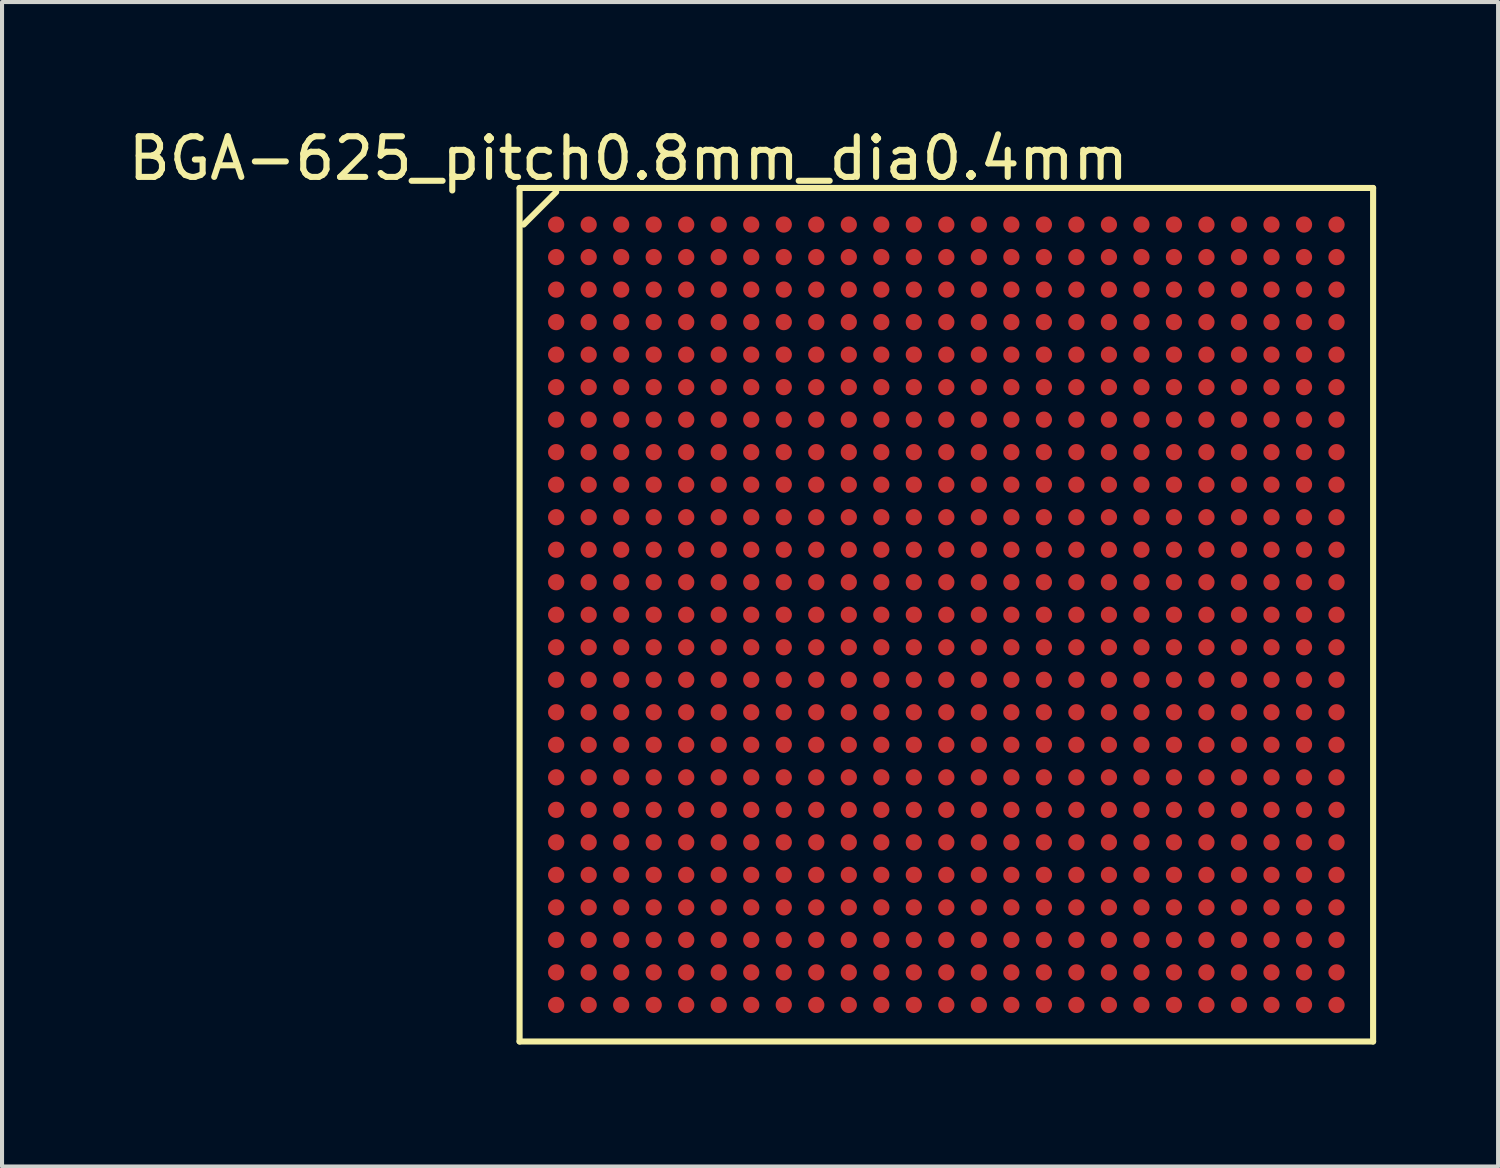
<source format=kicad_pcb>
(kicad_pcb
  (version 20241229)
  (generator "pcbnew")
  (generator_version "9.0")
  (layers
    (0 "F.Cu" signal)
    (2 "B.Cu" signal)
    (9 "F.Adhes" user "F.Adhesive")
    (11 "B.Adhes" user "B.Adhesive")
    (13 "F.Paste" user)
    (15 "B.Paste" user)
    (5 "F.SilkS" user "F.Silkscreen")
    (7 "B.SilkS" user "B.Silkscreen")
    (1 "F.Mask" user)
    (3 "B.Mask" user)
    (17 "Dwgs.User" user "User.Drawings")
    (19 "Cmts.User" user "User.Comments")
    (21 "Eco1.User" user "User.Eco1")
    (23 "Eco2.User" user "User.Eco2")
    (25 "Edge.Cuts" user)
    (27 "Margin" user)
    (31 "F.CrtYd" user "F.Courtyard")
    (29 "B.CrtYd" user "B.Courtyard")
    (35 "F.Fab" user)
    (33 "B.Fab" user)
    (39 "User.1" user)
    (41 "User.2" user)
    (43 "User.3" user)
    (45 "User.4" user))
  (footprint "BGA-625_pitch0.8mm_dia0.4mm"
    (layer "F.Cu")
    (at 20.234 12.075)
    (property "Reference" "BGA-625_pitch0.8mm_dia0.4mm" (at -7.823 -11.227 0) (layer "F.SilkS") (effects (font (size 1 1) (thickness 0.15))))
    (attr smd)
    (fp_line (start -10.5 -10.5) (end 10.5 -10.5) (stroke (width 0.15) (type solid)) (layer "F.SilkS"))
    (fp_line (start -10.5 10.5) (end -10.5 -10.5) (stroke (width 0.15) (type solid)) (layer "F.SilkS"))
    (fp_line (start -9.6 -10.4) (end -10.4 -9.6) (stroke (width 0.15) (type solid)) (layer "F.SilkS"))
    (fp_line (start 10.5 -10.5) (end 10.5 10.5) (stroke (width 0.15) (type solid)) (layer "F.SilkS"))
    (fp_line (start 10.5 10.5) (end -10.5 10.5) (stroke (width 0.15) (type solid)) (layer "F.SilkS"))
    (pad "A1" smd circle (at -9.6 -9.6) (size 0.4 0.4) (layers "F.Cu" "F.Mask" "F.Paste"))
    (pad "A2" smd circle (at -8.8 -9.6) (size 0.4 0.4) (layers "F.Cu" "F.Mask" "F.Paste"))
    (pad "A3" smd circle (at -8 -9.6) (size 0.4 0.4) (layers "F.Cu" "F.Mask" "F.Paste"))
    (pad "A4" smd circle (at -7.2 -9.6) (size 0.4 0.4) (layers "F.Cu" "F.Mask" "F.Paste"))
    (pad "A5" smd circle (at -6.4 -9.6) (size 0.4 0.4) (layers "F.Cu" "F.Mask" "F.Paste"))
    (pad "A6" smd circle (at -5.6 -9.6) (size 0.4 0.4) (layers "F.Cu" "F.Mask" "F.Paste"))
    (pad "A7" smd circle (at -4.8 -9.6) (size 0.4 0.4) (layers "F.Cu" "F.Mask" "F.Paste"))
    (pad "A8" smd circle (at -4 -9.6) (size 0.4 0.4) (layers "F.Cu" "F.Mask" "F.Paste"))
    (pad "A9" smd circle (at -3.2 -9.6) (size 0.4 0.4) (layers "F.Cu" "F.Mask" "F.Paste"))
    (pad "A10" smd circle (at -2.4 -9.6) (size 0.4 0.4) (layers "F.Cu" "F.Mask" "F.Paste"))
    (pad "A11" smd circle (at -1.6 -9.6) (size 0.4 0.4) (layers "F.Cu" "F.Mask" "F.Paste"))
    (pad "A12" smd circle (at -0.8 -9.6) (size 0.4 0.4) (layers "F.Cu" "F.Mask" "F.Paste"))
    (pad "A13" smd circle (at 0 -9.6) (size 0.4 0.4) (layers "F.Cu" "F.Mask" "F.Paste"))
    (pad "A14" smd circle (at 0.8 -9.6) (size 0.4 0.4) (layers "F.Cu" "F.Mask" "F.Paste"))
    (pad "A15" smd circle (at 1.6 -9.6) (size 0.4 0.4) (layers "F.Cu" "F.Mask" "F.Paste"))
    (pad "A16" smd circle (at 2.4 -9.6) (size 0.4 0.4) (layers "F.Cu" "F.Mask" "F.Paste"))
    (pad "A17" smd circle (at 3.2 -9.6) (size 0.4 0.4) (layers "F.Cu" "F.Mask" "F.Paste"))
    (pad "A18" smd circle (at 4 -9.6) (size 0.4 0.4) (layers "F.Cu" "F.Mask" "F.Paste"))
    (pad "A19" smd circle (at 4.8 -9.6) (size 0.4 0.4) (layers "F.Cu" "F.Mask" "F.Paste"))
    (pad "A20" smd circle (at 5.6 -9.6) (size 0.4 0.4) (layers "F.Cu" "F.Mask" "F.Paste"))
    (pad "A21" smd circle (at 6.4 -9.6) (size 0.4 0.4) (layers "F.Cu" "F.Mask" "F.Paste"))
    (pad "A22" smd circle (at 7.2 -9.6) (size 0.4 0.4) (layers "F.Cu" "F.Mask" "F.Paste"))
    (pad "A23" smd circle (at 8 -9.6) (size 0.4 0.4) (layers "F.Cu" "F.Mask" "F.Paste"))
    (pad "A24" smd circle (at 8.8 -9.6) (size 0.4 0.4) (layers "F.Cu" "F.Mask" "F.Paste"))
    (pad "A25" smd circle (at 9.6 -9.6) (size 0.4 0.4) (layers "F.Cu" "F.Mask" "F.Paste"))
    (pad "AA1" smd circle (at -9.6 6.4) (size 0.4 0.4) (layers "F.Cu" "F.Mask" "F.Paste"))
    (pad "AA2" smd circle (at -8.8 6.4) (size 0.4 0.4) (layers "F.Cu" "F.Mask" "F.Paste"))
    (pad "AA3" smd circle (at -8 6.4) (size 0.4 0.4) (layers "F.Cu" "F.Mask" "F.Paste"))
    (pad "AA4" smd circle (at -7.2 6.4) (size 0.4 0.4) (layers "F.Cu" "F.Mask" "F.Paste"))
    (pad "AA5" smd circle (at -6.4 6.4) (size 0.4 0.4) (layers "F.Cu" "F.Mask" "F.Paste"))
    (pad "AA6" smd circle (at -5.6 6.4) (size 0.4 0.4) (layers "F.Cu" "F.Mask" "F.Paste"))
    (pad "AA7" smd circle (at -4.8 6.4) (size 0.4 0.4) (layers "F.Cu" "F.Mask" "F.Paste"))
    (pad "AA8" smd circle (at -4 6.4) (size 0.4 0.4) (layers "F.Cu" "F.Mask" "F.Paste"))
    (pad "AA9" smd circle (at -3.2 6.4) (size 0.4 0.4) (layers "F.Cu" "F.Mask" "F.Paste"))
    (pad "AA10" smd circle (at -2.4 6.4) (size 0.4 0.4) (layers "F.Cu" "F.Mask" "F.Paste"))
    (pad "AA11" smd circle (at -1.6 6.4) (size 0.4 0.4) (layers "F.Cu" "F.Mask" "F.Paste"))
    (pad "AA12" smd circle (at -0.8 6.4) (size 0.4 0.4) (layers "F.Cu" "F.Mask" "F.Paste"))
    (pad "AA13" smd circle (at 0 6.4) (size 0.4 0.4) (layers "F.Cu" "F.Mask" "F.Paste"))
    (pad "AA14" smd circle (at 0.8 6.4) (size 0.4 0.4) (layers "F.Cu" "F.Mask" "F.Paste"))
    (pad "AA15" smd circle (at 1.6 6.4) (size 0.4 0.4) (layers "F.Cu" "F.Mask" "F.Paste"))
    (pad "AA16" smd circle (at 2.4 6.4) (size 0.4 0.4) (layers "F.Cu" "F.Mask" "F.Paste"))
    (pad "AA17" smd circle (at 3.2 6.4) (size 0.4 0.4) (layers "F.Cu" "F.Mask" "F.Paste"))
    (pad "AA18" smd circle (at 4 6.4) (size 0.4 0.4) (layers "F.Cu" "F.Mask" "F.Paste"))
    (pad "AA19" smd circle (at 4.8 6.4) (size 0.4 0.4) (layers "F.Cu" "F.Mask" "F.Paste"))
    (pad "AA20" smd circle (at 5.6 6.4) (size 0.4 0.4) (layers "F.Cu" "F.Mask" "F.Paste"))
    (pad "AA21" smd circle (at 6.4 6.4) (size 0.4 0.4) (layers "F.Cu" "F.Mask" "F.Paste"))
    (pad "AA22" smd circle (at 7.2 6.4) (size 0.4 0.4) (layers "F.Cu" "F.Mask" "F.Paste"))
    (pad "AA23" smd circle (at 8 6.4) (size 0.4 0.4) (layers "F.Cu" "F.Mask" "F.Paste"))
    (pad "AA24" smd circle (at 8.8 6.4) (size 0.4 0.4) (layers "F.Cu" "F.Mask" "F.Paste"))
    (pad "AA25" smd circle (at 9.6 6.4) (size 0.4 0.4) (layers "F.Cu" "F.Mask" "F.Paste"))
    (pad "AB1" smd circle (at -9.6 7.2) (size 0.4 0.4) (layers "F.Cu" "F.Mask" "F.Paste"))
    (pad "AB2" smd circle (at -8.8 7.2) (size 0.4 0.4) (layers "F.Cu" "F.Mask" "F.Paste"))
    (pad "AB3" smd circle (at -8 7.2) (size 0.4 0.4) (layers "F.Cu" "F.Mask" "F.Paste"))
    (pad "AB4" smd circle (at -7.2 7.2) (size 0.4 0.4) (layers "F.Cu" "F.Mask" "F.Paste"))
    (pad "AB5" smd circle (at -6.4 7.2) (size 0.4 0.4) (layers "F.Cu" "F.Mask" "F.Paste"))
    (pad "AB6" smd circle (at -5.6 7.2) (size 0.4 0.4) (layers "F.Cu" "F.Mask" "F.Paste"))
    (pad "AB7" smd circle (at -4.8 7.2) (size 0.4 0.4) (layers "F.Cu" "F.Mask" "F.Paste"))
    (pad "AB8" smd circle (at -4 7.2) (size 0.4 0.4) (layers "F.Cu" "F.Mask" "F.Paste"))
    (pad "AB9" smd circle (at -3.2 7.2) (size 0.4 0.4) (layers "F.Cu" "F.Mask" "F.Paste"))
    (pad "AB10" smd circle (at -2.4 7.2) (size 0.4 0.4) (layers "F.Cu" "F.Mask" "F.Paste"))
    (pad "AB11" smd circle (at -1.6 7.2) (size 0.4 0.4) (layers "F.Cu" "F.Mask" "F.Paste"))
    (pad "AB12" smd circle (at -0.8 7.2) (size 0.4 0.4) (layers "F.Cu" "F.Mask" "F.Paste"))
    (pad "AB13" smd circle (at 0 7.2) (size 0.4 0.4) (layers "F.Cu" "F.Mask" "F.Paste"))
    (pad "AB14" smd circle (at 0.8 7.2) (size 0.4 0.4) (layers "F.Cu" "F.Mask" "F.Paste"))
    (pad "AB15" smd circle (at 1.6 7.2) (size 0.4 0.4) (layers "F.Cu" "F.Mask" "F.Paste"))
    (pad "AB16" smd circle (at 2.4 7.2) (size 0.4 0.4) (layers "F.Cu" "F.Mask" "F.Paste"))
    (pad "AB17" smd circle (at 3.2 7.2) (size 0.4 0.4) (layers "F.Cu" "F.Mask" "F.Paste"))
    (pad "AB18" smd circle (at 4 7.2) (size 0.4 0.4) (layers "F.Cu" "F.Mask" "F.Paste"))
    (pad "AB19" smd circle (at 4.8 7.2) (size 0.4 0.4) (layers "F.Cu" "F.Mask" "F.Paste"))
    (pad "AB20" smd circle (at 5.6 7.2) (size 0.4 0.4) (layers "F.Cu" "F.Mask" "F.Paste"))
    (pad "AB21" smd circle (at 6.4 7.2) (size 0.4 0.4) (layers "F.Cu" "F.Mask" "F.Paste"))
    (pad "AB22" smd circle (at 7.2 7.2) (size 0.4 0.4) (layers "F.Cu" "F.Mask" "F.Paste"))
    (pad "AB23" smd circle (at 8 7.2) (size 0.4 0.4) (layers "F.Cu" "F.Mask" "F.Paste"))
    (pad "AB24" smd circle (at 8.8 7.2) (size 0.4 0.4) (layers "F.Cu" "F.Mask" "F.Paste"))
    (pad "AB25" smd circle (at 9.6 7.2) (size 0.4 0.4) (layers "F.Cu" "F.Mask" "F.Paste"))
    (pad "AC1" smd circle (at -9.6 8) (size 0.4 0.4) (layers "F.Cu" "F.Mask" "F.Paste"))
    (pad "AC2" smd circle (at -8.8 8) (size 0.4 0.4) (layers "F.Cu" "F.Mask" "F.Paste"))
    (pad "AC3" smd circle (at -8 8) (size 0.4 0.4) (layers "F.Cu" "F.Mask" "F.Paste"))
    (pad "AC4" smd circle (at -7.2 8) (size 0.4 0.4) (layers "F.Cu" "F.Mask" "F.Paste"))
    (pad "AC5" smd circle (at -6.4 8) (size 0.4 0.4) (layers "F.Cu" "F.Mask" "F.Paste"))
    (pad "AC6" smd circle (at -5.6 8) (size 0.4 0.4) (layers "F.Cu" "F.Mask" "F.Paste"))
    (pad "AC7" smd circle (at -4.8 8) (size 0.4 0.4) (layers "F.Cu" "F.Mask" "F.Paste"))
    (pad "AC8" smd circle (at -4 8) (size 0.4 0.4) (layers "F.Cu" "F.Mask" "F.Paste"))
    (pad "AC9" smd circle (at -3.2 8) (size 0.4 0.4) (layers "F.Cu" "F.Mask" "F.Paste"))
    (pad "AC10" smd circle (at -2.4 8) (size 0.4 0.4) (layers "F.Cu" "F.Mask" "F.Paste"))
    (pad "AC11" smd circle (at -1.6 8) (size 0.4 0.4) (layers "F.Cu" "F.Mask" "F.Paste"))
    (pad "AC12" smd circle (at -0.8 8) (size 0.4 0.4) (layers "F.Cu" "F.Mask" "F.Paste"))
    (pad "AC13" smd circle (at 0 8) (size 0.4 0.4) (layers "F.Cu" "F.Mask" "F.Paste"))
    (pad "AC14" smd circle (at 0.8 8) (size 0.4 0.4) (layers "F.Cu" "F.Mask" "F.Paste"))
    (pad "AC15" smd circle (at 1.6 8) (size 0.4 0.4) (layers "F.Cu" "F.Mask" "F.Paste"))
    (pad "AC16" smd circle (at 2.4 8) (size 0.4 0.4) (layers "F.Cu" "F.Mask" "F.Paste"))
    (pad "AC17" smd circle (at 3.2 8) (size 0.4 0.4) (layers "F.Cu" "F.Mask" "F.Paste"))
    (pad "AC18" smd circle (at 4 8) (size 0.4 0.4) (layers "F.Cu" "F.Mask" "F.Paste"))
    (pad "AC19" smd circle (at 4.8 8) (size 0.4 0.4) (layers "F.Cu" "F.Mask" "F.Paste"))
    (pad "AC20" smd circle (at 5.6 8) (size 0.4 0.4) (layers "F.Cu" "F.Mask" "F.Paste"))
    (pad "AC21" smd circle (at 6.4 8) (size 0.4 0.4) (layers "F.Cu" "F.Mask" "F.Paste"))
    (pad "AC22" smd circle (at 7.2 8) (size 0.4 0.4) (layers "F.Cu" "F.Mask" "F.Paste"))
    (pad "AC23" smd circle (at 8 8) (size 0.4 0.4) (layers "F.Cu" "F.Mask" "F.Paste"))
    (pad "AC24" smd circle (at 8.8 8) (size 0.4 0.4) (layers "F.Cu" "F.Mask" "F.Paste"))
    (pad "AC25" smd circle (at 9.6 8) (size 0.4 0.4) (layers "F.Cu" "F.Mask" "F.Paste"))
    (pad "AD1" smd circle (at -9.6 8.8) (size 0.4 0.4) (layers "F.Cu" "F.Mask" "F.Paste"))
    (pad "AD2" smd circle (at -8.8 8.8) (size 0.4 0.4) (layers "F.Cu" "F.Mask" "F.Paste"))
    (pad "AD3" smd circle (at -8 8.8) (size 0.4 0.4) (layers "F.Cu" "F.Mask" "F.Paste"))
    (pad "AD4" smd circle (at -7.2 8.8) (size 0.4 0.4) (layers "F.Cu" "F.Mask" "F.Paste"))
    (pad "AD5" smd circle (at -6.4 8.8) (size 0.4 0.4) (layers "F.Cu" "F.Mask" "F.Paste"))
    (pad "AD6" smd circle (at -5.6 8.8) (size 0.4 0.4) (layers "F.Cu" "F.Mask" "F.Paste"))
    (pad "AD7" smd circle (at -4.8 8.8) (size 0.4 0.4) (layers "F.Cu" "F.Mask" "F.Paste"))
    (pad "AD8" smd circle (at -4 8.8) (size 0.4 0.4) (layers "F.Cu" "F.Mask" "F.Paste"))
    (pad "AD9" smd circle (at -3.2 8.8) (size 0.4 0.4) (layers "F.Cu" "F.Mask" "F.Paste"))
    (pad "AD10" smd circle (at -2.4 8.8) (size 0.4 0.4) (layers "F.Cu" "F.Mask" "F.Paste"))
    (pad "AD11" smd circle (at -1.6 8.8) (size 0.4 0.4) (layers "F.Cu" "F.Mask" "F.Paste"))
    (pad "AD12" smd circle (at -0.8 8.8) (size 0.4 0.4) (layers "F.Cu" "F.Mask" "F.Paste"))
    (pad "AD13" smd circle (at 0 8.8) (size 0.4 0.4) (layers "F.Cu" "F.Mask" "F.Paste"))
    (pad "AD14" smd circle (at 0.8 8.8) (size 0.4 0.4) (layers "F.Cu" "F.Mask" "F.Paste"))
    (pad "AD15" smd circle (at 1.6 8.8) (size 0.4 0.4) (layers "F.Cu" "F.Mask" "F.Paste"))
    (pad "AD16" smd circle (at 2.4 8.8) (size 0.4 0.4) (layers "F.Cu" "F.Mask" "F.Paste"))
    (pad "AD17" smd circle (at 3.2 8.8) (size 0.4 0.4) (layers "F.Cu" "F.Mask" "F.Paste"))
    (pad "AD18" smd circle (at 4 8.8) (size 0.4 0.4) (layers "F.Cu" "F.Mask" "F.Paste"))
    (pad "AD19" smd circle (at 4.8 8.8) (size 0.4 0.4) (layers "F.Cu" "F.Mask" "F.Paste"))
    (pad "AD20" smd circle (at 5.6 8.8) (size 0.4 0.4) (layers "F.Cu" "F.Mask" "F.Paste"))
    (pad "AD21" smd circle (at 6.4 8.8) (size 0.4 0.4) (layers "F.Cu" "F.Mask" "F.Paste"))
    (pad "AD22" smd circle (at 7.2 8.8) (size 0.4 0.4) (layers "F.Cu" "F.Mask" "F.Paste"))
    (pad "AD23" smd circle (at 8 8.8) (size 0.4 0.4) (layers "F.Cu" "F.Mask" "F.Paste"))
    (pad "AD24" smd circle (at 8.8 8.8) (size 0.4 0.4) (layers "F.Cu" "F.Mask" "F.Paste"))
    (pad "AD25" smd circle (at 9.6 8.8) (size 0.4 0.4) (layers "F.Cu" "F.Mask" "F.Paste"))
    (pad "AE1" smd circle (at -9.6 9.6) (size 0.4 0.4) (layers "F.Cu" "F.Mask" "F.Paste"))
    (pad "AE2" smd circle (at -8.8 9.6) (size 0.4 0.4) (layers "F.Cu" "F.Mask" "F.Paste"))
    (pad "AE3" smd circle (at -8 9.6) (size 0.4 0.4) (layers "F.Cu" "F.Mask" "F.Paste"))
    (pad "AE4" smd circle (at -7.2 9.6) (size 0.4 0.4) (layers "F.Cu" "F.Mask" "F.Paste"))
    (pad "AE5" smd circle (at -6.4 9.6) (size 0.4 0.4) (layers "F.Cu" "F.Mask" "F.Paste"))
    (pad "AE6" smd circle (at -5.6 9.6) (size 0.4 0.4) (layers "F.Cu" "F.Mask" "F.Paste"))
    (pad "AE7" smd circle (at -4.8 9.6) (size 0.4 0.4) (layers "F.Cu" "F.Mask" "F.Paste"))
    (pad "AE8" smd circle (at -4 9.6) (size 0.4 0.4) (layers "F.Cu" "F.Mask" "F.Paste"))
    (pad "AE9" smd circle (at -3.2 9.6) (size 0.4 0.4) (layers "F.Cu" "F.Mask" "F.Paste"))
    (pad "AE10" smd circle (at -2.4 9.6) (size 0.4 0.4) (layers "F.Cu" "F.Mask" "F.Paste"))
    (pad "AE11" smd circle (at -1.6 9.6) (size 0.4 0.4) (layers "F.Cu" "F.Mask" "F.Paste"))
    (pad "AE12" smd circle (at -0.8 9.6) (size 0.4 0.4) (layers "F.Cu" "F.Mask" "F.Paste"))
    (pad "AE13" smd circle (at 0 9.6) (size 0.4 0.4) (layers "F.Cu" "F.Mask" "F.Paste"))
    (pad "AE14" smd circle (at 0.8 9.6) (size 0.4 0.4) (layers "F.Cu" "F.Mask" "F.Paste"))
    (pad "AE15" smd circle (at 1.6 9.6) (size 0.4 0.4) (layers "F.Cu" "F.Mask" "F.Paste"))
    (pad "AE16" smd circle (at 2.4 9.6) (size 0.4 0.4) (layers "F.Cu" "F.Mask" "F.Paste"))
    (pad "AE17" smd circle (at 3.2 9.6) (size 0.4 0.4) (layers "F.Cu" "F.Mask" "F.Paste"))
    (pad "AE18" smd circle (at 4 9.6) (size 0.4 0.4) (layers "F.Cu" "F.Mask" "F.Paste"))
    (pad "AE19" smd circle (at 4.8 9.6) (size 0.4 0.4) (layers "F.Cu" "F.Mask" "F.Paste"))
    (pad "AE20" smd circle (at 5.6 9.6) (size 0.4 0.4) (layers "F.Cu" "F.Mask" "F.Paste"))
    (pad "AE21" smd circle (at 6.4 9.6) (size 0.4 0.4) (layers "F.Cu" "F.Mask" "F.Paste"))
    (pad "AE22" smd circle (at 7.2 9.6) (size 0.4 0.4) (layers "F.Cu" "F.Mask" "F.Paste"))
    (pad "AE23" smd circle (at 8 9.6) (size 0.4 0.4) (layers "F.Cu" "F.Mask" "F.Paste"))
    (pad "AE24" smd circle (at 8.8 9.6) (size 0.4 0.4) (layers "F.Cu" "F.Mask" "F.Paste"))
    (pad "AE25" smd circle (at 9.6 9.6) (size 0.4 0.4) (layers "F.Cu" "F.Mask" "F.Paste"))
    (pad "B1" smd circle (at -9.6 -8.8) (size 0.4 0.4) (layers "F.Cu" "F.Mask" "F.Paste"))
    (pad "B2" smd circle (at -8.8 -8.8) (size 0.4 0.4) (layers "F.Cu" "F.Mask" "F.Paste"))
    (pad "B3" smd circle (at -8 -8.8) (size 0.4 0.4) (layers "F.Cu" "F.Mask" "F.Paste"))
    (pad "B4" smd circle (at -7.2 -8.8) (size 0.4 0.4) (layers "F.Cu" "F.Mask" "F.Paste"))
    (pad "B5" smd circle (at -6.4 -8.8) (size 0.4 0.4) (layers "F.Cu" "F.Mask" "F.Paste"))
    (pad "B6" smd circle (at -5.6 -8.8) (size 0.4 0.4) (layers "F.Cu" "F.Mask" "F.Paste"))
    (pad "B7" smd circle (at -4.8 -8.8) (size 0.4 0.4) (layers "F.Cu" "F.Mask" "F.Paste"))
    (pad "B8" smd circle (at -4 -8.8) (size 0.4 0.4) (layers "F.Cu" "F.Mask" "F.Paste"))
    (pad "B9" smd circle (at -3.2 -8.8) (size 0.4 0.4) (layers "F.Cu" "F.Mask" "F.Paste"))
    (pad "B10" smd circle (at -2.4 -8.8) (size 0.4 0.4) (layers "F.Cu" "F.Mask" "F.Paste"))
    (pad "B11" smd circle (at -1.6 -8.8) (size 0.4 0.4) (layers "F.Cu" "F.Mask" "F.Paste"))
    (pad "B12" smd circle (at -0.8 -8.8) (size 0.4 0.4) (layers "F.Cu" "F.Mask" "F.Paste"))
    (pad "B13" smd circle (at 0 -8.8) (size 0.4 0.4) (layers "F.Cu" "F.Mask" "F.Paste"))
    (pad "B14" smd circle (at 0.8 -8.8) (size 0.4 0.4) (layers "F.Cu" "F.Mask" "F.Paste"))
    (pad "B15" smd circle (at 1.6 -8.8) (size 0.4 0.4) (layers "F.Cu" "F.Mask" "F.Paste"))
    (pad "B16" smd circle (at 2.4 -8.8) (size 0.4 0.4) (layers "F.Cu" "F.Mask" "F.Paste"))
    (pad "B17" smd circle (at 3.2 -8.8) (size 0.4 0.4) (layers "F.Cu" "F.Mask" "F.Paste"))
    (pad "B18" smd circle (at 4 -8.8) (size 0.4 0.4) (layers "F.Cu" "F.Mask" "F.Paste"))
    (pad "B19" smd circle (at 4.8 -8.8) (size 0.4 0.4) (layers "F.Cu" "F.Mask" "F.Paste"))
    (pad "B20" smd circle (at 5.6 -8.8) (size 0.4 0.4) (layers "F.Cu" "F.Mask" "F.Paste"))
    (pad "B21" smd circle (at 6.4 -8.8) (size 0.4 0.4) (layers "F.Cu" "F.Mask" "F.Paste"))
    (pad "B22" smd circle (at 7.2 -8.8) (size 0.4 0.4) (layers "F.Cu" "F.Mask" "F.Paste"))
    (pad "B23" smd circle (at 8 -8.8) (size 0.4 0.4) (layers "F.Cu" "F.Mask" "F.Paste"))
    (pad "B24" smd circle (at 8.8 -8.8) (size 0.4 0.4) (layers "F.Cu" "F.Mask" "F.Paste"))
    (pad "B25" smd circle (at 9.6 -8.8) (size 0.4 0.4) (layers "F.Cu" "F.Mask" "F.Paste"))
    (pad "C1" smd circle (at -9.6 -8) (size 0.4 0.4) (layers "F.Cu" "F.Mask" "F.Paste"))
    (pad "C2" smd circle (at -8.8 -8) (size 0.4 0.4) (layers "F.Cu" "F.Mask" "F.Paste"))
    (pad "C3" smd circle (at -8 -8) (size 0.4 0.4) (layers "F.Cu" "F.Mask" "F.Paste"))
    (pad "C4" smd circle (at -7.2 -8) (size 0.4 0.4) (layers "F.Cu" "F.Mask" "F.Paste"))
    (pad "C5" smd circle (at -6.4 -8) (size 0.4 0.4) (layers "F.Cu" "F.Mask" "F.Paste"))
    (pad "C6" smd circle (at -5.6 -8) (size 0.4 0.4) (layers "F.Cu" "F.Mask" "F.Paste"))
    (pad "C7" smd circle (at -4.8 -8) (size 0.4 0.4) (layers "F.Cu" "F.Mask" "F.Paste"))
    (pad "C8" smd circle (at -4 -8) (size 0.4 0.4) (layers "F.Cu" "F.Mask" "F.Paste"))
    (pad "C9" smd circle (at -3.2 -8) (size 0.4 0.4) (layers "F.Cu" "F.Mask" "F.Paste"))
    (pad "C10" smd circle (at -2.4 -8) (size 0.4 0.4) (layers "F.Cu" "F.Mask" "F.Paste"))
    (pad "C11" smd circle (at -1.6 -8) (size 0.4 0.4) (layers "F.Cu" "F.Mask" "F.Paste"))
    (pad "C12" smd circle (at -0.8 -8) (size 0.4 0.4) (layers "F.Cu" "F.Mask" "F.Paste"))
    (pad "C13" smd circle (at 0 -8) (size 0.4 0.4) (layers "F.Cu" "F.Mask" "F.Paste"))
    (pad "C14" smd circle (at 0.8 -8) (size 0.4 0.4) (layers "F.Cu" "F.Mask" "F.Paste"))
    (pad "C15" smd circle (at 1.6 -8) (size 0.4 0.4) (layers "F.Cu" "F.Mask" "F.Paste"))
    (pad "C16" smd circle (at 2.4 -8) (size 0.4 0.4) (layers "F.Cu" "F.Mask" "F.Paste"))
    (pad "C17" smd circle (at 3.2 -8) (size 0.4 0.4) (layers "F.Cu" "F.Mask" "F.Paste"))
    (pad "C18" smd circle (at 4 -8) (size 0.4 0.4) (layers "F.Cu" "F.Mask" "F.Paste"))
    (pad "C19" smd circle (at 4.8 -8) (size 0.4 0.4) (layers "F.Cu" "F.Mask" "F.Paste"))
    (pad "C20" smd circle (at 5.6 -8) (size 0.4 0.4) (layers "F.Cu" "F.Mask" "F.Paste"))
    (pad "C21" smd circle (at 6.4 -8) (size 0.4 0.4) (layers "F.Cu" "F.Mask" "F.Paste"))
    (pad "C22" smd circle (at 7.2 -8) (size 0.4 0.4) (layers "F.Cu" "F.Mask" "F.Paste"))
    (pad "C23" smd circle (at 8 -8) (size 0.4 0.4) (layers "F.Cu" "F.Mask" "F.Paste"))
    (pad "C24" smd circle (at 8.8 -8) (size 0.4 0.4) (layers "F.Cu" "F.Mask" "F.Paste"))
    (pad "C25" smd circle (at 9.6 -8) (size 0.4 0.4) (layers "F.Cu" "F.Mask" "F.Paste"))
    (pad "D1" smd circle (at -9.6 -7.2) (size 0.4 0.4) (layers "F.Cu" "F.Mask" "F.Paste"))
    (pad "D2" smd circle (at -8.8 -7.2) (size 0.4 0.4) (layers "F.Cu" "F.Mask" "F.Paste"))
    (pad "D3" smd circle (at -8 -7.2) (size 0.4 0.4) (layers "F.Cu" "F.Mask" "F.Paste"))
    (pad "D4" smd circle (at -7.2 -7.2) (size 0.4 0.4) (layers "F.Cu" "F.Mask" "F.Paste"))
    (pad "D5" smd circle (at -6.4 -7.2) (size 0.4 0.4) (layers "F.Cu" "F.Mask" "F.Paste"))
    (pad "D6" smd circle (at -5.6 -7.2) (size 0.4 0.4) (layers "F.Cu" "F.Mask" "F.Paste"))
    (pad "D7" smd circle (at -4.8 -7.2) (size 0.4 0.4) (layers "F.Cu" "F.Mask" "F.Paste"))
    (pad "D8" smd circle (at -4 -7.2) (size 0.4 0.4) (layers "F.Cu" "F.Mask" "F.Paste"))
    (pad "D9" smd circle (at -3.2 -7.2) (size 0.4 0.4) (layers "F.Cu" "F.Mask" "F.Paste"))
    (pad "D10" smd circle (at -2.4 -7.2) (size 0.4 0.4) (layers "F.Cu" "F.Mask" "F.Paste"))
    (pad "D11" smd circle (at -1.6 -7.2) (size 0.4 0.4) (layers "F.Cu" "F.Mask" "F.Paste"))
    (pad "D12" smd circle (at -0.8 -7.2) (size 0.4 0.4) (layers "F.Cu" "F.Mask" "F.Paste"))
    (pad "D13" smd circle (at 0 -7.2) (size 0.4 0.4) (layers "F.Cu" "F.Mask" "F.Paste"))
    (pad "D14" smd circle (at 0.8 -7.2) (size 0.4 0.4) (layers "F.Cu" "F.Mask" "F.Paste"))
    (pad "D15" smd circle (at 1.6 -7.2) (size 0.4 0.4) (layers "F.Cu" "F.Mask" "F.Paste"))
    (pad "D16" smd circle (at 2.4 -7.2) (size 0.4 0.4) (layers "F.Cu" "F.Mask" "F.Paste"))
    (pad "D17" smd circle (at 3.2 -7.2) (size 0.4 0.4) (layers "F.Cu" "F.Mask" "F.Paste"))
    (pad "D18" smd circle (at 4 -7.2) (size 0.4 0.4) (layers "F.Cu" "F.Mask" "F.Paste"))
    (pad "D19" smd circle (at 4.8 -7.2) (size 0.4 0.4) (layers "F.Cu" "F.Mask" "F.Paste"))
    (pad "D20" smd circle (at 5.6 -7.2) (size 0.4 0.4) (layers "F.Cu" "F.Mask" "F.Paste"))
    (pad "D21" smd circle (at 6.4 -7.2) (size 0.4 0.4) (layers "F.Cu" "F.Mask" "F.Paste"))
    (pad "D22" smd circle (at 7.2 -7.2) (size 0.4 0.4) (layers "F.Cu" "F.Mask" "F.Paste"))
    (pad "D23" smd circle (at 8 -7.2) (size 0.4 0.4) (layers "F.Cu" "F.Mask" "F.Paste"))
    (pad "D24" smd circle (at 8.8 -7.2) (size 0.4 0.4) (layers "F.Cu" "F.Mask" "F.Paste"))
    (pad "D25" smd circle (at 9.6 -7.2) (size 0.4 0.4) (layers "F.Cu" "F.Mask" "F.Paste"))
    (pad "E1" smd circle (at -9.6 -6.4) (size 0.4 0.4) (layers "F.Cu" "F.Mask" "F.Paste"))
    (pad "E2" smd circle (at -8.8 -6.4) (size 0.4 0.4) (layers "F.Cu" "F.Mask" "F.Paste"))
    (pad "E3" smd circle (at -8 -6.4) (size 0.4 0.4) (layers "F.Cu" "F.Mask" "F.Paste"))
    (pad "E4" smd circle (at -7.2 -6.4) (size 0.4 0.4) (layers "F.Cu" "F.Mask" "F.Paste"))
    (pad "E5" smd circle (at -6.4 -6.4) (size 0.4 0.4) (layers "F.Cu" "F.Mask" "F.Paste"))
    (pad "E6" smd circle (at -5.6 -6.4) (size 0.4 0.4) (layers "F.Cu" "F.Mask" "F.Paste"))
    (pad "E7" smd circle (at -4.8 -6.4) (size 0.4 0.4) (layers "F.Cu" "F.Mask" "F.Paste"))
    (pad "E8" smd circle (at -4 -6.4) (size 0.4 0.4) (layers "F.Cu" "F.Mask" "F.Paste"))
    (pad "E9" smd circle (at -3.2 -6.4) (size 0.4 0.4) (layers "F.Cu" "F.Mask" "F.Paste"))
    (pad "E10" smd circle (at -2.4 -6.4) (size 0.4 0.4) (layers "F.Cu" "F.Mask" "F.Paste"))
    (pad "E11" smd circle (at -1.6 -6.4) (size 0.4 0.4) (layers "F.Cu" "F.Mask" "F.Paste"))
    (pad "E12" smd circle (at -0.8 -6.4) (size 0.4 0.4) (layers "F.Cu" "F.Mask" "F.Paste"))
    (pad "E13" smd circle (at 0 -6.4) (size 0.4 0.4) (layers "F.Cu" "F.Mask" "F.Paste"))
    (pad "E14" smd circle (at 0.8 -6.4) (size 0.4 0.4) (layers "F.Cu" "F.Mask" "F.Paste"))
    (pad "E15" smd circle (at 1.6 -6.4) (size 0.4 0.4) (layers "F.Cu" "F.Mask" "F.Paste"))
    (pad "E16" smd circle (at 2.4 -6.4) (size 0.4 0.4) (layers "F.Cu" "F.Mask" "F.Paste"))
    (pad "E17" smd circle (at 3.2 -6.4) (size 0.4 0.4) (layers "F.Cu" "F.Mask" "F.Paste"))
    (pad "E18" smd circle (at 4 -6.4) (size 0.4 0.4) (layers "F.Cu" "F.Mask" "F.Paste"))
    (pad "E19" smd circle (at 4.8 -6.4) (size 0.4 0.4) (layers "F.Cu" "F.Mask" "F.Paste"))
    (pad "E20" smd circle (at 5.6 -6.4) (size 0.4 0.4) (layers "F.Cu" "F.Mask" "F.Paste"))
    (pad "E21" smd circle (at 6.4 -6.4) (size 0.4 0.4) (layers "F.Cu" "F.Mask" "F.Paste"))
    (pad "E22" smd circle (at 7.2 -6.4) (size 0.4 0.4) (layers "F.Cu" "F.Mask" "F.Paste"))
    (pad "E23" smd circle (at 8 -6.4) (size 0.4 0.4) (layers "F.Cu" "F.Mask" "F.Paste"))
    (pad "E24" smd circle (at 8.8 -6.4) (size 0.4 0.4) (layers "F.Cu" "F.Mask" "F.Paste"))
    (pad "E25" smd circle (at 9.6 -6.4) (size 0.4 0.4) (layers "F.Cu" "F.Mask" "F.Paste"))
    (pad "F1" smd circle (at -9.6 -5.6) (size 0.4 0.4) (layers "F.Cu" "F.Mask" "F.Paste"))
    (pad "F2" smd circle (at -8.8 -5.6) (size 0.4 0.4) (layers "F.Cu" "F.Mask" "F.Paste"))
    (pad "F3" smd circle (at -8 -5.6) (size 0.4 0.4) (layers "F.Cu" "F.Mask" "F.Paste"))
    (pad "F4" smd circle (at -7.2 -5.6) (size 0.4 0.4) (layers "F.Cu" "F.Mask" "F.Paste"))
    (pad "F5" smd circle (at -6.4 -5.6) (size 0.4 0.4) (layers "F.Cu" "F.Mask" "F.Paste"))
    (pad "F6" smd circle (at -5.6 -5.6) (size 0.4 0.4) (layers "F.Cu" "F.Mask" "F.Paste"))
    (pad "F7" smd circle (at -4.8 -5.6) (size 0.4 0.4) (layers "F.Cu" "F.Mask" "F.Paste"))
    (pad "F8" smd circle (at -4 -5.6) (size 0.4 0.4) (layers "F.Cu" "F.Mask" "F.Paste"))
    (pad "F9" smd circle (at -3.2 -5.6) (size 0.4 0.4) (layers "F.Cu" "F.Mask" "F.Paste"))
    (pad "F10" smd circle (at -2.4 -5.6) (size 0.4 0.4) (layers "F.Cu" "F.Mask" "F.Paste"))
    (pad "F11" smd circle (at -1.6 -5.6) (size 0.4 0.4) (layers "F.Cu" "F.Mask" "F.Paste"))
    (pad "F12" smd circle (at -0.8 -5.6) (size 0.4 0.4) (layers "F.Cu" "F.Mask" "F.Paste"))
    (pad "F13" smd circle (at 0 -5.6) (size 0.4 0.4) (layers "F.Cu" "F.Mask" "F.Paste"))
    (pad "F14" smd circle (at 0.8 -5.6) (size 0.4 0.4) (layers "F.Cu" "F.Mask" "F.Paste"))
    (pad "F15" smd circle (at 1.6 -5.6) (size 0.4 0.4) (layers "F.Cu" "F.Mask" "F.Paste"))
    (pad "F16" smd circle (at 2.4 -5.6) (size 0.4 0.4) (layers "F.Cu" "F.Mask" "F.Paste"))
    (pad "F17" smd circle (at 3.2 -5.6) (size 0.4 0.4) (layers "F.Cu" "F.Mask" "F.Paste"))
    (pad "F18" smd circle (at 4 -5.6) (size 0.4 0.4) (layers "F.Cu" "F.Mask" "F.Paste"))
    (pad "F19" smd circle (at 4.8 -5.6) (size 0.4 0.4) (layers "F.Cu" "F.Mask" "F.Paste"))
    (pad "F20" smd circle (at 5.6 -5.6) (size 0.4 0.4) (layers "F.Cu" "F.Mask" "F.Paste"))
    (pad "F21" smd circle (at 6.4 -5.6) (size 0.4 0.4) (layers "F.Cu" "F.Mask" "F.Paste"))
    (pad "F22" smd circle (at 7.2 -5.6) (size 0.4 0.4) (layers "F.Cu" "F.Mask" "F.Paste"))
    (pad "F23" smd circle (at 8 -5.6) (size 0.4 0.4) (layers "F.Cu" "F.Mask" "F.Paste"))
    (pad "F24" smd circle (at 8.8 -5.6) (size 0.4 0.4) (layers "F.Cu" "F.Mask" "F.Paste"))
    (pad "F25" smd circle (at 9.6 -5.6) (size 0.4 0.4) (layers "F.Cu" "F.Mask" "F.Paste"))
    (pad "G1" smd circle (at -9.6 -4.8) (size 0.4 0.4) (layers "F.Cu" "F.Mask" "F.Paste"))
    (pad "G2" smd circle (at -8.8 -4.8) (size 0.4 0.4) (layers "F.Cu" "F.Mask" "F.Paste"))
    (pad "G3" smd circle (at -8 -4.8) (size 0.4 0.4) (layers "F.Cu" "F.Mask" "F.Paste"))
    (pad "G4" smd circle (at -7.2 -4.8) (size 0.4 0.4) (layers "F.Cu" "F.Mask" "F.Paste"))
    (pad "G5" smd circle (at -6.4 -4.8) (size 0.4 0.4) (layers "F.Cu" "F.Mask" "F.Paste"))
    (pad "G6" smd circle (at -5.6 -4.8) (size 0.4 0.4) (layers "F.Cu" "F.Mask" "F.Paste"))
    (pad "G7" smd circle (at -4.8 -4.8) (size 0.4 0.4) (layers "F.Cu" "F.Mask" "F.Paste"))
    (pad "G8" smd circle (at -4 -4.8) (size 0.4 0.4) (layers "F.Cu" "F.Mask" "F.Paste"))
    (pad "G9" smd circle (at -3.2 -4.8) (size 0.4 0.4) (layers "F.Cu" "F.Mask" "F.Paste"))
    (pad "G10" smd circle (at -2.4 -4.8) (size 0.4 0.4) (layers "F.Cu" "F.Mask" "F.Paste"))
    (pad "G11" smd circle (at -1.6 -4.8) (size 0.4 0.4) (layers "F.Cu" "F.Mask" "F.Paste"))
    (pad "G12" smd circle (at -0.8 -4.8) (size 0.4 0.4) (layers "F.Cu" "F.Mask" "F.Paste"))
    (pad "G13" smd circle (at 0 -4.8) (size 0.4 0.4) (layers "F.Cu" "F.Mask" "F.Paste"))
    (pad "G14" smd circle (at 0.8 -4.8) (size 0.4 0.4) (layers "F.Cu" "F.Mask" "F.Paste"))
    (pad "G15" smd circle (at 1.6 -4.8) (size 0.4 0.4) (layers "F.Cu" "F.Mask" "F.Paste"))
    (pad "G16" smd circle (at 2.4 -4.8) (size 0.4 0.4) (layers "F.Cu" "F.Mask" "F.Paste"))
    (pad "G17" smd circle (at 3.2 -4.8) (size 0.4 0.4) (layers "F.Cu" "F.Mask" "F.Paste"))
    (pad "G18" smd circle (at 4 -4.8) (size 0.4 0.4) (layers "F.Cu" "F.Mask" "F.Paste"))
    (pad "G19" smd circle (at 4.8 -4.8) (size 0.4 0.4) (layers "F.Cu" "F.Mask" "F.Paste"))
    (pad "G20" smd circle (at 5.6 -4.8) (size 0.4 0.4) (layers "F.Cu" "F.Mask" "F.Paste"))
    (pad "G21" smd circle (at 6.4 -4.8) (size 0.4 0.4) (layers "F.Cu" "F.Mask" "F.Paste"))
    (pad "G22" smd circle (at 7.2 -4.8) (size 0.4 0.4) (layers "F.Cu" "F.Mask" "F.Paste"))
    (pad "G23" smd circle (at 8 -4.8) (size 0.4 0.4) (layers "F.Cu" "F.Mask" "F.Paste"))
    (pad "G24" smd circle (at 8.8 -4.8) (size 0.4 0.4) (layers "F.Cu" "F.Mask" "F.Paste"))
    (pad "G25" smd circle (at 9.6 -4.8) (size 0.4 0.4) (layers "F.Cu" "F.Mask" "F.Paste"))
    (pad "H1" smd circle (at -9.6 -4) (size 0.4 0.4) (layers "F.Cu" "F.Mask" "F.Paste"))
    (pad "H2" smd circle (at -8.8 -4) (size 0.4 0.4) (layers "F.Cu" "F.Mask" "F.Paste"))
    (pad "H3" smd circle (at -8 -4) (size 0.4 0.4) (layers "F.Cu" "F.Mask" "F.Paste"))
    (pad "H4" smd circle (at -7.2 -4) (size 0.4 0.4) (layers "F.Cu" "F.Mask" "F.Paste"))
    (pad "H5" smd circle (at -6.4 -4) (size 0.4 0.4) (layers "F.Cu" "F.Mask" "F.Paste"))
    (pad "H6" smd circle (at -5.6 -4) (size 0.4 0.4) (layers "F.Cu" "F.Mask" "F.Paste"))
    (pad "H7" smd circle (at -4.8 -4) (size 0.4 0.4) (layers "F.Cu" "F.Mask" "F.Paste"))
    (pad "H8" smd circle (at -4 -4) (size 0.4 0.4) (layers "F.Cu" "F.Mask" "F.Paste"))
    (pad "H9" smd circle (at -3.2 -4) (size 0.4 0.4) (layers "F.Cu" "F.Mask" "F.Paste"))
    (pad "H10" smd circle (at -2.4 -4) (size 0.4 0.4) (layers "F.Cu" "F.Mask" "F.Paste"))
    (pad "H11" smd circle (at -1.6 -4) (size 0.4 0.4) (layers "F.Cu" "F.Mask" "F.Paste"))
    (pad "H12" smd circle (at -0.8 -4) (size 0.4 0.4) (layers "F.Cu" "F.Mask" "F.Paste"))
    (pad "H13" smd circle (at 0 -4) (size 0.4 0.4) (layers "F.Cu" "F.Mask" "F.Paste"))
    (pad "H14" smd circle (at 0.8 -4) (size 0.4 0.4) (layers "F.Cu" "F.Mask" "F.Paste"))
    (pad "H15" smd circle (at 1.6 -4) (size 0.4 0.4) (layers "F.Cu" "F.Mask" "F.Paste"))
    (pad "H16" smd circle (at 2.4 -4) (size 0.4 0.4) (layers "F.Cu" "F.Mask" "F.Paste"))
    (pad "H17" smd circle (at 3.2 -4) (size 0.4 0.4) (layers "F.Cu" "F.Mask" "F.Paste"))
    (pad "H18" smd circle (at 4 -4) (size 0.4 0.4) (layers "F.Cu" "F.Mask" "F.Paste"))
    (pad "H19" smd circle (at 4.8 -4) (size 0.4 0.4) (layers "F.Cu" "F.Mask" "F.Paste"))
    (pad "H20" smd circle (at 5.6 -4) (size 0.4 0.4) (layers "F.Cu" "F.Mask" "F.Paste"))
    (pad "H21" smd circle (at 6.4 -4) (size 0.4 0.4) (layers "F.Cu" "F.Mask" "F.Paste"))
    (pad "H22" smd circle (at 7.2 -4) (size 0.4 0.4) (layers "F.Cu" "F.Mask" "F.Paste"))
    (pad "H23" smd circle (at 8 -4) (size 0.4 0.4) (layers "F.Cu" "F.Mask" "F.Paste"))
    (pad "H24" smd circle (at 8.8 -4) (size 0.4 0.4) (layers "F.Cu" "F.Mask" "F.Paste"))
    (pad "H25" smd circle (at 9.6 -4) (size 0.4 0.4) (layers "F.Cu" "F.Mask" "F.Paste"))
    (pad "J1" smd circle (at -9.6 -3.2) (size 0.4 0.4) (layers "F.Cu" "F.Mask" "F.Paste"))
    (pad "J2" smd circle (at -8.8 -3.2) (size 0.4 0.4) (layers "F.Cu" "F.Mask" "F.Paste"))
    (pad "J3" smd circle (at -8 -3.2) (size 0.4 0.4) (layers "F.Cu" "F.Mask" "F.Paste"))
    (pad "J4" smd circle (at -7.2 -3.2) (size 0.4 0.4) (layers "F.Cu" "F.Mask" "F.Paste"))
    (pad "J5" smd circle (at -6.4 -3.2) (size 0.4 0.4) (layers "F.Cu" "F.Mask" "F.Paste"))
    (pad "J6" smd circle (at -5.6 -3.2) (size 0.4 0.4) (layers "F.Cu" "F.Mask" "F.Paste"))
    (pad "J7" smd circle (at -4.8 -3.2) (size 0.4 0.4) (layers "F.Cu" "F.Mask" "F.Paste"))
    (pad "J8" smd circle (at -4 -3.2) (size 0.4 0.4) (layers "F.Cu" "F.Mask" "F.Paste"))
    (pad "J9" smd circle (at -3.2 -3.2) (size 0.4 0.4) (layers "F.Cu" "F.Mask" "F.Paste"))
    (pad "J10" smd circle (at -2.4 -3.2) (size 0.4 0.4) (layers "F.Cu" "F.Mask" "F.Paste"))
    (pad "J11" smd circle (at -1.6 -3.2) (size 0.4 0.4) (layers "F.Cu" "F.Mask" "F.Paste"))
    (pad "J12" smd circle (at -0.8 -3.2) (size 0.4 0.4) (layers "F.Cu" "F.Mask" "F.Paste"))
    (pad "J13" smd circle (at 0 -3.2) (size 0.4 0.4) (layers "F.Cu" "F.Mask" "F.Paste"))
    (pad "J14" smd circle (at 0.8 -3.2) (size 0.4 0.4) (layers "F.Cu" "F.Mask" "F.Paste"))
    (pad "J15" smd circle (at 1.6 -3.2) (size 0.4 0.4) (layers "F.Cu" "F.Mask" "F.Paste"))
    (pad "J16" smd circle (at 2.4 -3.2) (size 0.4 0.4) (layers "F.Cu" "F.Mask" "F.Paste"))
    (pad "J17" smd circle (at 3.2 -3.2) (size 0.4 0.4) (layers "F.Cu" "F.Mask" "F.Paste"))
    (pad "J18" smd circle (at 4 -3.2) (size 0.4 0.4) (layers "F.Cu" "F.Mask" "F.Paste"))
    (pad "J19" smd circle (at 4.8 -3.2) (size 0.4 0.4) (layers "F.Cu" "F.Mask" "F.Paste"))
    (pad "J20" smd circle (at 5.6 -3.2) (size 0.4 0.4) (layers "F.Cu" "F.Mask" "F.Paste"))
    (pad "J21" smd circle (at 6.4 -3.2) (size 0.4 0.4) (layers "F.Cu" "F.Mask" "F.Paste"))
    (pad "J22" smd circle (at 7.2 -3.2) (size 0.4 0.4) (layers "F.Cu" "F.Mask" "F.Paste"))
    (pad "J23" smd circle (at 8 -3.2) (size 0.4 0.4) (layers "F.Cu" "F.Mask" "F.Paste"))
    (pad "J24" smd circle (at 8.8 -3.2) (size 0.4 0.4) (layers "F.Cu" "F.Mask" "F.Paste"))
    (pad "J25" smd circle (at 9.6 -3.2) (size 0.4 0.4) (layers "F.Cu" "F.Mask" "F.Paste"))
    (pad "K1" smd circle (at -9.6 -2.4) (size 0.4 0.4) (layers "F.Cu" "F.Mask" "F.Paste"))
    (pad "K2" smd circle (at -8.8 -2.4) (size 0.4 0.4) (layers "F.Cu" "F.Mask" "F.Paste"))
    (pad "K3" smd circle (at -8 -2.4) (size 0.4 0.4) (layers "F.Cu" "F.Mask" "F.Paste"))
    (pad "K4" smd circle (at -7.2 -2.4) (size 0.4 0.4) (layers "F.Cu" "F.Mask" "F.Paste"))
    (pad "K5" smd circle (at -6.4 -2.4) (size 0.4 0.4) (layers "F.Cu" "F.Mask" "F.Paste"))
    (pad "K6" smd circle (at -5.6 -2.4) (size 0.4 0.4) (layers "F.Cu" "F.Mask" "F.Paste"))
    (pad "K7" smd circle (at -4.8 -2.4) (size 0.4 0.4) (layers "F.Cu" "F.Mask" "F.Paste"))
    (pad "K8" smd circle (at -4 -2.4) (size 0.4 0.4) (layers "F.Cu" "F.Mask" "F.Paste"))
    (pad "K9" smd circle (at -3.2 -2.4) (size 0.4 0.4) (layers "F.Cu" "F.Mask" "F.Paste"))
    (pad "K10" smd circle (at -2.4 -2.4) (size 0.4 0.4) (layers "F.Cu" "F.Mask" "F.Paste"))
    (pad "K11" smd circle (at -1.6 -2.4) (size 0.4 0.4) (layers "F.Cu" "F.Mask" "F.Paste"))
    (pad "K12" smd circle (at -0.8 -2.4) (size 0.4 0.4) (layers "F.Cu" "F.Mask" "F.Paste"))
    (pad "K13" smd circle (at 0 -2.4) (size 0.4 0.4) (layers "F.Cu" "F.Mask" "F.Paste"))
    (pad "K14" smd circle (at 0.8 -2.4) (size 0.4 0.4) (layers "F.Cu" "F.Mask" "F.Paste"))
    (pad "K15" smd circle (at 1.6 -2.4) (size 0.4 0.4) (layers "F.Cu" "F.Mask" "F.Paste"))
    (pad "K16" smd circle (at 2.4 -2.4) (size 0.4 0.4) (layers "F.Cu" "F.Mask" "F.Paste"))
    (pad "K17" smd circle (at 3.2 -2.4) (size 0.4 0.4) (layers "F.Cu" "F.Mask" "F.Paste"))
    (pad "K18" smd circle (at 4 -2.4) (size 0.4 0.4) (layers "F.Cu" "F.Mask" "F.Paste"))
    (pad "K19" smd circle (at 4.8 -2.4) (size 0.4 0.4) (layers "F.Cu" "F.Mask" "F.Paste"))
    (pad "K20" smd circle (at 5.6 -2.4) (size 0.4 0.4) (layers "F.Cu" "F.Mask" "F.Paste"))
    (pad "K21" smd circle (at 6.4 -2.4) (size 0.4 0.4) (layers "F.Cu" "F.Mask" "F.Paste"))
    (pad "K22" smd circle (at 7.2 -2.4) (size 0.4 0.4) (layers "F.Cu" "F.Mask" "F.Paste"))
    (pad "K23" smd circle (at 8 -2.4) (size 0.4 0.4) (layers "F.Cu" "F.Mask" "F.Paste"))
    (pad "K24" smd circle (at 8.8 -2.4) (size 0.4 0.4) (layers "F.Cu" "F.Mask" "F.Paste"))
    (pad "K25" smd circle (at 9.6 -2.4) (size 0.4 0.4) (layers "F.Cu" "F.Mask" "F.Paste"))
    (pad "L1" smd circle (at -9.6 -1.6) (size 0.4 0.4) (layers "F.Cu" "F.Mask" "F.Paste"))
    (pad "L2" smd circle (at -8.8 -1.6) (size 0.4 0.4) (layers "F.Cu" "F.Mask" "F.Paste"))
    (pad "L3" smd circle (at -8 -1.6) (size 0.4 0.4) (layers "F.Cu" "F.Mask" "F.Paste"))
    (pad "L4" smd circle (at -7.2 -1.6) (size 0.4 0.4) (layers "F.Cu" "F.Mask" "F.Paste"))
    (pad "L5" smd circle (at -6.4 -1.6) (size 0.4 0.4) (layers "F.Cu" "F.Mask" "F.Paste"))
    (pad "L6" smd circle (at -5.6 -1.6) (size 0.4 0.4) (layers "F.Cu" "F.Mask" "F.Paste"))
    (pad "L7" smd circle (at -4.8 -1.6) (size 0.4 0.4) (layers "F.Cu" "F.Mask" "F.Paste"))
    (pad "L8" smd circle (at -4 -1.6) (size 0.4 0.4) (layers "F.Cu" "F.Mask" "F.Paste"))
    (pad "L9" smd circle (at -3.2 -1.6) (size 0.4 0.4) (layers "F.Cu" "F.Mask" "F.Paste"))
    (pad "L10" smd circle (at -2.4 -1.6) (size 0.4 0.4) (layers "F.Cu" "F.Mask" "F.Paste"))
    (pad "L11" smd circle (at -1.6 -1.6) (size 0.4 0.4) (layers "F.Cu" "F.Mask" "F.Paste"))
    (pad "L12" smd circle (at -0.8 -1.6) (size 0.4 0.4) (layers "F.Cu" "F.Mask" "F.Paste"))
    (pad "L13" smd circle (at 0 -1.6) (size 0.4 0.4) (layers "F.Cu" "F.Mask" "F.Paste"))
    (pad "L14" smd circle (at 0.8 -1.6) (size 0.4 0.4) (layers "F.Cu" "F.Mask" "F.Paste"))
    (pad "L15" smd circle (at 1.6 -1.6) (size 0.4 0.4) (layers "F.Cu" "F.Mask" "F.Paste"))
    (pad "L16" smd circle (at 2.4 -1.6) (size 0.4 0.4) (layers "F.Cu" "F.Mask" "F.Paste"))
    (pad "L17" smd circle (at 3.2 -1.6) (size 0.4 0.4) (layers "F.Cu" "F.Mask" "F.Paste"))
    (pad "L18" smd circle (at 4 -1.6) (size 0.4 0.4) (layers "F.Cu" "F.Mask" "F.Paste"))
    (pad "L19" smd circle (at 4.8 -1.6) (size 0.4 0.4) (layers "F.Cu" "F.Mask" "F.Paste"))
    (pad "L20" smd circle (at 5.6 -1.6) (size 0.4 0.4) (layers "F.Cu" "F.Mask" "F.Paste"))
    (pad "L21" smd circle (at 6.4 -1.6) (size 0.4 0.4) (layers "F.Cu" "F.Mask" "F.Paste"))
    (pad "L22" smd circle (at 7.2 -1.6) (size 0.4 0.4) (layers "F.Cu" "F.Mask" "F.Paste"))
    (pad "L23" smd circle (at 8 -1.6) (size 0.4 0.4) (layers "F.Cu" "F.Mask" "F.Paste"))
    (pad "L24" smd circle (at 8.8 -1.6) (size 0.4 0.4) (layers "F.Cu" "F.Mask" "F.Paste"))
    (pad "L25" smd circle (at 9.6 -1.6) (size 0.4 0.4) (layers "F.Cu" "F.Mask" "F.Paste"))
    (pad "M1" smd circle (at -9.6 -0.8) (size 0.4 0.4) (layers "F.Cu" "F.Mask" "F.Paste"))
    (pad "M2" smd circle (at -8.8 -0.8) (size 0.4 0.4) (layers "F.Cu" "F.Mask" "F.Paste"))
    (pad "M3" smd circle (at -8 -0.8) (size 0.4 0.4) (layers "F.Cu" "F.Mask" "F.Paste"))
    (pad "M4" smd circle (at -7.2 -0.8) (size 0.4 0.4) (layers "F.Cu" "F.Mask" "F.Paste"))
    (pad "M5" smd circle (at -6.4 -0.8) (size 0.4 0.4) (layers "F.Cu" "F.Mask" "F.Paste"))
    (pad "M6" smd circle (at -5.6 -0.8) (size 0.4 0.4) (layers "F.Cu" "F.Mask" "F.Paste"))
    (pad "M7" smd circle (at -4.8 -0.8) (size 0.4 0.4) (layers "F.Cu" "F.Mask" "F.Paste"))
    (pad "M8" smd circle (at -4 -0.8) (size 0.4 0.4) (layers "F.Cu" "F.Mask" "F.Paste"))
    (pad "M9" smd circle (at -3.2 -0.8) (size 0.4 0.4) (layers "F.Cu" "F.Mask" "F.Paste"))
    (pad "M10" smd circle (at -2.4 -0.8) (size 0.4 0.4) (layers "F.Cu" "F.Mask" "F.Paste"))
    (pad "M11" smd circle (at -1.6 -0.8) (size 0.4 0.4) (layers "F.Cu" "F.Mask" "F.Paste"))
    (pad "M12" smd circle (at -0.8 -0.8) (size 0.4 0.4) (layers "F.Cu" "F.Mask" "F.Paste"))
    (pad "M13" smd circle (at 0 -0.8) (size 0.4 0.4) (layers "F.Cu" "F.Mask" "F.Paste"))
    (pad "M14" smd circle (at 0.8 -0.8) (size 0.4 0.4) (layers "F.Cu" "F.Mask" "F.Paste"))
    (pad "M15" smd circle (at 1.6 -0.8) (size 0.4 0.4) (layers "F.Cu" "F.Mask" "F.Paste"))
    (pad "M16" smd circle (at 2.4 -0.8) (size 0.4 0.4) (layers "F.Cu" "F.Mask" "F.Paste"))
    (pad "M17" smd circle (at 3.2 -0.8) (size 0.4 0.4) (layers "F.Cu" "F.Mask" "F.Paste"))
    (pad "M18" smd circle (at 4 -0.8) (size 0.4 0.4) (layers "F.Cu" "F.Mask" "F.Paste"))
    (pad "M19" smd circle (at 4.8 -0.8) (size 0.4 0.4) (layers "F.Cu" "F.Mask" "F.Paste"))
    (pad "M20" smd circle (at 5.6 -0.8) (size 0.4 0.4) (layers "F.Cu" "F.Mask" "F.Paste"))
    (pad "M21" smd circle (at 6.4 -0.8) (size 0.4 0.4) (layers "F.Cu" "F.Mask" "F.Paste"))
    (pad "M22" smd circle (at 7.2 -0.8) (size 0.4 0.4) (layers "F.Cu" "F.Mask" "F.Paste"))
    (pad "M23" smd circle (at 8 -0.8) (size 0.4 0.4) (layers "F.Cu" "F.Mask" "F.Paste"))
    (pad "M24" smd circle (at 8.8 -0.8) (size 0.4 0.4) (layers "F.Cu" "F.Mask" "F.Paste"))
    (pad "M25" smd circle (at 9.6 -0.8) (size 0.4 0.4) (layers "F.Cu" "F.Mask" "F.Paste"))
    (pad "N1" smd circle (at -9.6 0) (size 0.4 0.4) (layers "F.Cu" "F.Mask" "F.Paste"))
    (pad "N2" smd circle (at -8.8 0) (size 0.4 0.4) (layers "F.Cu" "F.Mask" "F.Paste"))
    (pad "N3" smd circle (at -8 0) (size 0.4 0.4) (layers "F.Cu" "F.Mask" "F.Paste"))
    (pad "N4" smd circle (at -7.2 0) (size 0.4 0.4) (layers "F.Cu" "F.Mask" "F.Paste"))
    (pad "N5" smd circle (at -6.4 0) (size 0.4 0.4) (layers "F.Cu" "F.Mask" "F.Paste"))
    (pad "N6" smd circle (at -5.6 0) (size 0.4 0.4) (layers "F.Cu" "F.Mask" "F.Paste"))
    (pad "N7" smd circle (at -4.8 0) (size 0.4 0.4) (layers "F.Cu" "F.Mask" "F.Paste"))
    (pad "N8" smd circle (at -4 0) (size 0.4 0.4) (layers "F.Cu" "F.Mask" "F.Paste"))
    (pad "N9" smd circle (at -3.2 0) (size 0.4 0.4) (layers "F.Cu" "F.Mask" "F.Paste"))
    (pad "N10" smd circle (at -2.4 0) (size 0.4 0.4) (layers "F.Cu" "F.Mask" "F.Paste"))
    (pad "N11" smd circle (at -1.6 0) (size 0.4 0.4) (layers "F.Cu" "F.Mask" "F.Paste"))
    (pad "N12" smd circle (at -0.8 0) (size 0.4 0.4) (layers "F.Cu" "F.Mask" "F.Paste"))
    (pad "N13" smd circle (at 0 0) (size 0.4 0.4) (layers "F.Cu" "F.Mask" "F.Paste"))
    (pad "N14" smd circle (at 0.8 0) (size 0.4 0.4) (layers "F.Cu" "F.Mask" "F.Paste"))
    (pad "N15" smd circle (at 1.6 0) (size 0.4 0.4) (layers "F.Cu" "F.Mask" "F.Paste"))
    (pad "N16" smd circle (at 2.4 0) (size 0.4 0.4) (layers "F.Cu" "F.Mask" "F.Paste"))
    (pad "N17" smd circle (at 3.2 0) (size 0.4 0.4) (layers "F.Cu" "F.Mask" "F.Paste"))
    (pad "N18" smd circle (at 4 0) (size 0.4 0.4) (layers "F.Cu" "F.Mask" "F.Paste"))
    (pad "N19" smd circle (at 4.8 0) (size 0.4 0.4) (layers "F.Cu" "F.Mask" "F.Paste"))
    (pad "N20" smd circle (at 5.6 0) (size 0.4 0.4) (layers "F.Cu" "F.Mask" "F.Paste"))
    (pad "N21" smd circle (at 6.4 0) (size 0.4 0.4) (layers "F.Cu" "F.Mask" "F.Paste"))
    (pad "N22" smd circle (at 7.2 0) (size 0.4 0.4) (layers "F.Cu" "F.Mask" "F.Paste"))
    (pad "N23" smd circle (at 8 0) (size 0.4 0.4) (layers "F.Cu" "F.Mask" "F.Paste"))
    (pad "N24" smd circle (at 8.8 0) (size 0.4 0.4) (layers "F.Cu" "F.Mask" "F.Paste"))
    (pad "N25" smd circle (at 9.6 0) (size 0.4 0.4) (layers "F.Cu" "F.Mask" "F.Paste"))
    (pad "P1" smd circle (at -9.6 0.8) (size 0.4 0.4) (layers "F.Cu" "F.Mask" "F.Paste"))
    (pad "P2" smd circle (at -8.8 0.8) (size 0.4 0.4) (layers "F.Cu" "F.Mask" "F.Paste"))
    (pad "P3" smd circle (at -8 0.8) (size 0.4 0.4) (layers "F.Cu" "F.Mask" "F.Paste"))
    (pad "P4" smd circle (at -7.2 0.8) (size 0.4 0.4) (layers "F.Cu" "F.Mask" "F.Paste"))
    (pad "P5" smd circle (at -6.4 0.8) (size 0.4 0.4) (layers "F.Cu" "F.Mask" "F.Paste"))
    (pad "P6" smd circle (at -5.6 0.8) (size 0.4 0.4) (layers "F.Cu" "F.Mask" "F.Paste"))
    (pad "P7" smd circle (at -4.8 0.8) (size 0.4 0.4) (layers "F.Cu" "F.Mask" "F.Paste"))
    (pad "P8" smd circle (at -4 0.8) (size 0.4 0.4) (layers "F.Cu" "F.Mask" "F.Paste"))
    (pad "P9" smd circle (at -3.2 0.8) (size 0.4 0.4) (layers "F.Cu" "F.Mask" "F.Paste"))
    (pad "P10" smd circle (at -2.4 0.8) (size 0.4 0.4) (layers "F.Cu" "F.Mask" "F.Paste"))
    (pad "P11" smd circle (at -1.6 0.8) (size 0.4 0.4) (layers "F.Cu" "F.Mask" "F.Paste"))
    (pad "P12" smd circle (at -0.8 0.8) (size 0.4 0.4) (layers "F.Cu" "F.Mask" "F.Paste"))
    (pad "P13" smd circle (at 0 0.8) (size 0.4 0.4) (layers "F.Cu" "F.Mask" "F.Paste"))
    (pad "P14" smd circle (at 0.8 0.8) (size 0.4 0.4) (layers "F.Cu" "F.Mask" "F.Paste"))
    (pad "P15" smd circle (at 1.6 0.8) (size 0.4 0.4) (layers "F.Cu" "F.Mask" "F.Paste"))
    (pad "P16" smd circle (at 2.4 0.8) (size 0.4 0.4) (layers "F.Cu" "F.Mask" "F.Paste"))
    (pad "P17" smd circle (at 3.2 0.8) (size 0.4 0.4) (layers "F.Cu" "F.Mask" "F.Paste"))
    (pad "P18" smd circle (at 4 0.8) (size 0.4 0.4) (layers "F.Cu" "F.Mask" "F.Paste"))
    (pad "P19" smd circle (at 4.8 0.8) (size 0.4 0.4) (layers "F.Cu" "F.Mask" "F.Paste"))
    (pad "P20" smd circle (at 5.6 0.8) (size 0.4 0.4) (layers "F.Cu" "F.Mask" "F.Paste"))
    (pad "P21" smd circle (at 6.4 0.8) (size 0.4 0.4) (layers "F.Cu" "F.Mask" "F.Paste"))
    (pad "P22" smd circle (at 7.2 0.8) (size 0.4 0.4) (layers "F.Cu" "F.Mask" "F.Paste"))
    (pad "P23" smd circle (at 8 0.8) (size 0.4 0.4) (layers "F.Cu" "F.Mask" "F.Paste"))
    (pad "P24" smd circle (at 8.8 0.8) (size 0.4 0.4) (layers "F.Cu" "F.Mask" "F.Paste"))
    (pad "P25" smd circle (at 9.6 0.8) (size 0.4 0.4) (layers "F.Cu" "F.Mask" "F.Paste"))
    (pad "R1" smd circle (at -9.6 1.6) (size 0.4 0.4) (layers "F.Cu" "F.Mask" "F.Paste"))
    (pad "R2" smd circle (at -8.8 1.6) (size 0.4 0.4) (layers "F.Cu" "F.Mask" "F.Paste"))
    (pad "R3" smd circle (at -8 1.6) (size 0.4 0.4) (layers "F.Cu" "F.Mask" "F.Paste"))
    (pad "R4" smd circle (at -7.2 1.6) (size 0.4 0.4) (layers "F.Cu" "F.Mask" "F.Paste"))
    (pad "R5" smd circle (at -6.4 1.6) (size 0.4 0.4) (layers "F.Cu" "F.Mask" "F.Paste"))
    (pad "R6" smd circle (at -5.6 1.6) (size 0.4 0.4) (layers "F.Cu" "F.Mask" "F.Paste"))
    (pad "R7" smd circle (at -4.8 1.6) (size 0.4 0.4) (layers "F.Cu" "F.Mask" "F.Paste"))
    (pad "R8" smd circle (at -4 1.6) (size 0.4 0.4) (layers "F.Cu" "F.Mask" "F.Paste"))
    (pad "R9" smd circle (at -3.2 1.6) (size 0.4 0.4) (layers "F.Cu" "F.Mask" "F.Paste"))
    (pad "R10" smd circle (at -2.4 1.6) (size 0.4 0.4) (layers "F.Cu" "F.Mask" "F.Paste"))
    (pad "R11" smd circle (at -1.6 1.6) (size 0.4 0.4) (layers "F.Cu" "F.Mask" "F.Paste"))
    (pad "R12" smd circle (at -0.8 1.6) (size 0.4 0.4) (layers "F.Cu" "F.Mask" "F.Paste"))
    (pad "R13" smd circle (at 0 1.6) (size 0.4 0.4) (layers "F.Cu" "F.Mask" "F.Paste"))
    (pad "R14" smd circle (at 0.8 1.6) (size 0.4 0.4) (layers "F.Cu" "F.Mask" "F.Paste"))
    (pad "R15" smd circle (at 1.6 1.6) (size 0.4 0.4) (layers "F.Cu" "F.Mask" "F.Paste"))
    (pad "R16" smd circle (at 2.4 1.6) (size 0.4 0.4) (layers "F.Cu" "F.Mask" "F.Paste"))
    (pad "R17" smd circle (at 3.2 1.6) (size 0.4 0.4) (layers "F.Cu" "F.Mask" "F.Paste"))
    (pad "R18" smd circle (at 4 1.6) (size 0.4 0.4) (layers "F.Cu" "F.Mask" "F.Paste"))
    (pad "R19" smd circle (at 4.8 1.6) (size 0.4 0.4) (layers "F.Cu" "F.Mask" "F.Paste"))
    (pad "R20" smd circle (at 5.6 1.6) (size 0.4 0.4) (layers "F.Cu" "F.Mask" "F.Paste"))
    (pad "R21" smd circle (at 6.4 1.6) (size 0.4 0.4) (layers "F.Cu" "F.Mask" "F.Paste"))
    (pad "R22" smd circle (at 7.2 1.6) (size 0.4 0.4) (layers "F.Cu" "F.Mask" "F.Paste"))
    (pad "R23" smd circle (at 8 1.6) (size 0.4 0.4) (layers "F.Cu" "F.Mask" "F.Paste"))
    (pad "R24" smd circle (at 8.8 1.6) (size 0.4 0.4) (layers "F.Cu" "F.Mask" "F.Paste"))
    (pad "R25" smd circle (at 9.6 1.6) (size 0.4 0.4) (layers "F.Cu" "F.Mask" "F.Paste"))
    (pad "T1" smd circle (at -9.6 2.4) (size 0.4 0.4) (layers "F.Cu" "F.Mask" "F.Paste"))
    (pad "T2" smd circle (at -8.8 2.4) (size 0.4 0.4) (layers "F.Cu" "F.Mask" "F.Paste"))
    (pad "T3" smd circle (at -8 2.4) (size 0.4 0.4) (layers "F.Cu" "F.Mask" "F.Paste"))
    (pad "T4" smd circle (at -7.2 2.4) (size 0.4 0.4) (layers "F.Cu" "F.Mask" "F.Paste"))
    (pad "T5" smd circle (at -6.4 2.4) (size 0.4 0.4) (layers "F.Cu" "F.Mask" "F.Paste"))
    (pad "T6" smd circle (at -5.6 2.4) (size 0.4 0.4) (layers "F.Cu" "F.Mask" "F.Paste"))
    (pad "T7" smd circle (at -4.8 2.4) (size 0.4 0.4) (layers "F.Cu" "F.Mask" "F.Paste"))
    (pad "T8" smd circle (at -4 2.4) (size 0.4 0.4) (layers "F.Cu" "F.Mask" "F.Paste"))
    (pad "T9" smd circle (at -3.2 2.4) (size 0.4 0.4) (layers "F.Cu" "F.Mask" "F.Paste"))
    (pad "T10" smd circle (at -2.4 2.4) (size 0.4 0.4) (layers "F.Cu" "F.Mask" "F.Paste"))
    (pad "T11" smd circle (at -1.6 2.4) (size 0.4 0.4) (layers "F.Cu" "F.Mask" "F.Paste"))
    (pad "T12" smd circle (at -0.8 2.4) (size 0.4 0.4) (layers "F.Cu" "F.Mask" "F.Paste"))
    (pad "T13" smd circle (at 0 2.4) (size 0.4 0.4) (layers "F.Cu" "F.Mask" "F.Paste"))
    (pad "T14" smd circle (at 0.8 2.4) (size 0.4 0.4) (layers "F.Cu" "F.Mask" "F.Paste"))
    (pad "T15" smd circle (at 1.6 2.4) (size 0.4 0.4) (layers "F.Cu" "F.Mask" "F.Paste"))
    (pad "T16" smd circle (at 2.4 2.4) (size 0.4 0.4) (layers "F.Cu" "F.Mask" "F.Paste"))
    (pad "T17" smd circle (at 3.2 2.4) (size 0.4 0.4) (layers "F.Cu" "F.Mask" "F.Paste"))
    (pad "T18" smd circle (at 4 2.4) (size 0.4 0.4) (layers "F.Cu" "F.Mask" "F.Paste"))
    (pad "T19" smd circle (at 4.8 2.4) (size 0.4 0.4) (layers "F.Cu" "F.Mask" "F.Paste"))
    (pad "T20" smd circle (at 5.6 2.4) (size 0.4 0.4) (layers "F.Cu" "F.Mask" "F.Paste"))
    (pad "T21" smd circle (at 6.4 2.4) (size 0.4 0.4) (layers "F.Cu" "F.Mask" "F.Paste"))
    (pad "T22" smd circle (at 7.2 2.4) (size 0.4 0.4) (layers "F.Cu" "F.Mask" "F.Paste"))
    (pad "T23" smd circle (at 8 2.4) (size 0.4 0.4) (layers "F.Cu" "F.Mask" "F.Paste"))
    (pad "T24" smd circle (at 8.8 2.4) (size 0.4 0.4) (layers "F.Cu" "F.Mask" "F.Paste"))
    (pad "T25" smd circle (at 9.6 2.4) (size 0.4 0.4) (layers "F.Cu" "F.Mask" "F.Paste"))
    (pad "U1" smd circle (at -9.6 3.2) (size 0.4 0.4) (layers "F.Cu" "F.Mask" "F.Paste"))
    (pad "U2" smd circle (at -8.8 3.2) (size 0.4 0.4) (layers "F.Cu" "F.Mask" "F.Paste"))
    (pad "U3" smd circle (at -8 3.2) (size 0.4 0.4) (layers "F.Cu" "F.Mask" "F.Paste"))
    (pad "U4" smd circle (at -7.2 3.2) (size 0.4 0.4) (layers "F.Cu" "F.Mask" "F.Paste"))
    (pad "U5" smd circle (at -6.4 3.2) (size 0.4 0.4) (layers "F.Cu" "F.Mask" "F.Paste"))
    (pad "U6" smd circle (at -5.6 3.2) (size 0.4 0.4) (layers "F.Cu" "F.Mask" "F.Paste"))
    (pad "U7" smd circle (at -4.8 3.2) (size 0.4 0.4) (layers "F.Cu" "F.Mask" "F.Paste"))
    (pad "U8" smd circle (at -4 3.2) (size 0.4 0.4) (layers "F.Cu" "F.Mask" "F.Paste"))
    (pad "U9" smd circle (at -3.2 3.2) (size 0.4 0.4) (layers "F.Cu" "F.Mask" "F.Paste"))
    (pad "U10" smd circle (at -2.4 3.2) (size 0.4 0.4) (layers "F.Cu" "F.Mask" "F.Paste"))
    (pad "U11" smd circle (at -1.6 3.2) (size 0.4 0.4) (layers "F.Cu" "F.Mask" "F.Paste"))
    (pad "U12" smd circle (at -0.8 3.2) (size 0.4 0.4) (layers "F.Cu" "F.Mask" "F.Paste"))
    (pad "U13" smd circle (at 0 3.2) (size 0.4 0.4) (layers "F.Cu" "F.Mask" "F.Paste"))
    (pad "U14" smd circle (at 0.8 3.2) (size 0.4 0.4) (layers "F.Cu" "F.Mask" "F.Paste"))
    (pad "U15" smd circle (at 1.6 3.2) (size 0.4 0.4) (layers "F.Cu" "F.Mask" "F.Paste"))
    (pad "U16" smd circle (at 2.4 3.2) (size 0.4 0.4) (layers "F.Cu" "F.Mask" "F.Paste"))
    (pad "U17" smd circle (at 3.2 3.2) (size 0.4 0.4) (layers "F.Cu" "F.Mask" "F.Paste"))
    (pad "U18" smd circle (at 4 3.2) (size 0.4 0.4) (layers "F.Cu" "F.Mask" "F.Paste"))
    (pad "U19" smd circle (at 4.8 3.2) (size 0.4 0.4) (layers "F.Cu" "F.Mask" "F.Paste"))
    (pad "U20" smd circle (at 5.6 3.2) (size 0.4 0.4) (layers "F.Cu" "F.Mask" "F.Paste"))
    (pad "U21" smd circle (at 6.4 3.2) (size 0.4 0.4) (layers "F.Cu" "F.Mask" "F.Paste"))
    (pad "U22" smd circle (at 7.2 3.2) (size 0.4 0.4) (layers "F.Cu" "F.Mask" "F.Paste"))
    (pad "U23" smd circle (at 8 3.2) (size 0.4 0.4) (layers "F.Cu" "F.Mask" "F.Paste"))
    (pad "U24" smd circle (at 8.8 3.2) (size 0.4 0.4) (layers "F.Cu" "F.Mask" "F.Paste"))
    (pad "U25" smd circle (at 9.6 3.2) (size 0.4 0.4) (layers "F.Cu" "F.Mask" "F.Paste"))
    (pad "V1" smd circle (at -9.6 4) (size 0.4 0.4) (layers "F.Cu" "F.Mask" "F.Paste"))
    (pad "V2" smd circle (at -8.8 4) (size 0.4 0.4) (layers "F.Cu" "F.Mask" "F.Paste"))
    (pad "V3" smd circle (at -8 4) (size 0.4 0.4) (layers "F.Cu" "F.Mask" "F.Paste"))
    (pad "V4" smd circle (at -7.2 4) (size 0.4 0.4) (layers "F.Cu" "F.Mask" "F.Paste"))
    (pad "V5" smd circle (at -6.4 4) (size 0.4 0.4) (layers "F.Cu" "F.Mask" "F.Paste"))
    (pad "V6" smd circle (at -5.6 4) (size 0.4 0.4) (layers "F.Cu" "F.Mask" "F.Paste"))
    (pad "V7" smd circle (at -4.8 4) (size 0.4 0.4) (layers "F.Cu" "F.Mask" "F.Paste"))
    (pad "V8" smd circle (at -4 4) (size 0.4 0.4) (layers "F.Cu" "F.Mask" "F.Paste"))
    (pad "V9" smd circle (at -3.2 4) (size 0.4 0.4) (layers "F.Cu" "F.Mask" "F.Paste"))
    (pad "V10" smd circle (at -2.4 4) (size 0.4 0.4) (layers "F.Cu" "F.Mask" "F.Paste"))
    (pad "V11" smd circle (at -1.6 4) (size 0.4 0.4) (layers "F.Cu" "F.Mask" "F.Paste"))
    (pad "V12" smd circle (at -0.8 4) (size 0.4 0.4) (layers "F.Cu" "F.Mask" "F.Paste"))
    (pad "V13" smd circle (at 0 4) (size 0.4 0.4) (layers "F.Cu" "F.Mask" "F.Paste"))
    (pad "V14" smd circle (at 0.8 4) (size 0.4 0.4) (layers "F.Cu" "F.Mask" "F.Paste"))
    (pad "V15" smd circle (at 1.6 4) (size 0.4 0.4) (layers "F.Cu" "F.Mask" "F.Paste"))
    (pad "V16" smd circle (at 2.4 4) (size 0.4 0.4) (layers "F.Cu" "F.Mask" "F.Paste"))
    (pad "V17" smd circle (at 3.2 4) (size 0.4 0.4) (layers "F.Cu" "F.Mask" "F.Paste"))
    (pad "V18" smd circle (at 4 4) (size 0.4 0.4) (layers "F.Cu" "F.Mask" "F.Paste"))
    (pad "V19" smd circle (at 4.8 4) (size 0.4 0.4) (layers "F.Cu" "F.Mask" "F.Paste"))
    (pad "V20" smd circle (at 5.6 4) (size 0.4 0.4) (layers "F.Cu" "F.Mask" "F.Paste"))
    (pad "V21" smd circle (at 6.4 4) (size 0.4 0.4) (layers "F.Cu" "F.Mask" "F.Paste"))
    (pad "V22" smd circle (at 7.2 4) (size 0.4 0.4) (layers "F.Cu" "F.Mask" "F.Paste"))
    (pad "V23" smd circle (at 8 4) (size 0.4 0.4) (layers "F.Cu" "F.Mask" "F.Paste"))
    (pad "V24" smd circle (at 8.8 4) (size 0.4 0.4) (layers "F.Cu" "F.Mask" "F.Paste"))
    (pad "V25" smd circle (at 9.6 4) (size 0.4 0.4) (layers "F.Cu" "F.Mask" "F.Paste"))
    (pad "W1" smd circle (at -9.6 4.8) (size 0.4 0.4) (layers "F.Cu" "F.Mask" "F.Paste"))
    (pad "W2" smd circle (at -8.8 4.8) (size 0.4 0.4) (layers "F.Cu" "F.Mask" "F.Paste"))
    (pad "W3" smd circle (at -8 4.8) (size 0.4 0.4) (layers "F.Cu" "F.Mask" "F.Paste"))
    (pad "W4" smd circle (at -7.2 4.8) (size 0.4 0.4) (layers "F.Cu" "F.Mask" "F.Paste"))
    (pad "W5" smd circle (at -6.4 4.8) (size 0.4 0.4) (layers "F.Cu" "F.Mask" "F.Paste"))
    (pad "W6" smd circle (at -5.6 4.8) (size 0.4 0.4) (layers "F.Cu" "F.Mask" "F.Paste"))
    (pad "W7" smd circle (at -4.8 4.8) (size 0.4 0.4) (layers "F.Cu" "F.Mask" "F.Paste"))
    (pad "W8" smd circle (at -4 4.8) (size 0.4 0.4) (layers "F.Cu" "F.Mask" "F.Paste"))
    (pad "W9" smd circle (at -3.2 4.8) (size 0.4 0.4) (layers "F.Cu" "F.Mask" "F.Paste"))
    (pad "W10" smd circle (at -2.4 4.8) (size 0.4 0.4) (layers "F.Cu" "F.Mask" "F.Paste"))
    (pad "W11" smd circle (at -1.6 4.8) (size 0.4 0.4) (layers "F.Cu" "F.Mask" "F.Paste"))
    (pad "W12" smd circle (at -0.8 4.8) (size 0.4 0.4) (layers "F.Cu" "F.Mask" "F.Paste"))
    (pad "W13" smd circle (at 0 4.8) (size 0.4 0.4) (layers "F.Cu" "F.Mask" "F.Paste"))
    (pad "W14" smd circle (at 0.8 4.8) (size 0.4 0.4) (layers "F.Cu" "F.Mask" "F.Paste"))
    (pad "W15" smd circle (at 1.6 4.8) (size 0.4 0.4) (layers "F.Cu" "F.Mask" "F.Paste"))
    (pad "W16" smd circle (at 2.4 4.8) (size 0.4 0.4) (layers "F.Cu" "F.Mask" "F.Paste"))
    (pad "W17" smd circle (at 3.2 4.8) (size 0.4 0.4) (layers "F.Cu" "F.Mask" "F.Paste"))
    (pad "W18" smd circle (at 4 4.8) (size 0.4 0.4) (layers "F.Cu" "F.Mask" "F.Paste"))
    (pad "W19" smd circle (at 4.8 4.8) (size 0.4 0.4) (layers "F.Cu" "F.Mask" "F.Paste"))
    (pad "W20" smd circle (at 5.6 4.8) (size 0.4 0.4) (layers "F.Cu" "F.Mask" "F.Paste"))
    (pad "W21" smd circle (at 6.4 4.8) (size 0.4 0.4) (layers "F.Cu" "F.Mask" "F.Paste"))
    (pad "W22" smd circle (at 7.2 4.8) (size 0.4 0.4) (layers "F.Cu" "F.Mask" "F.Paste"))
    (pad "W23" smd circle (at 8 4.8) (size 0.4 0.4) (layers "F.Cu" "F.Mask" "F.Paste"))
    (pad "W24" smd circle (at 8.8 4.8) (size 0.4 0.4) (layers "F.Cu" "F.Mask" "F.Paste"))
    (pad "W25" smd circle (at 9.6 4.8) (size 0.4 0.4) (layers "F.Cu" "F.Mask" "F.Paste"))
    (pad "Y1" smd circle (at -9.6 5.6) (size 0.4 0.4) (layers "F.Cu" "F.Mask" "F.Paste"))
    (pad "Y2" smd circle (at -8.8 5.6) (size 0.4 0.4) (layers "F.Cu" "F.Mask" "F.Paste"))
    (pad "Y3" smd circle (at -8 5.6) (size 0.4 0.4) (layers "F.Cu" "F.Mask" "F.Paste"))
    (pad "Y4" smd circle (at -7.2 5.6) (size 0.4 0.4) (layers "F.Cu" "F.Mask" "F.Paste"))
    (pad "Y5" smd circle (at -6.4 5.6) (size 0.4 0.4) (layers "F.Cu" "F.Mask" "F.Paste"))
    (pad "Y6" smd circle (at -5.6 5.6) (size 0.4 0.4) (layers "F.Cu" "F.Mask" "F.Paste"))
    (pad "Y7" smd circle (at -4.8 5.6) (size 0.4 0.4) (layers "F.Cu" "F.Mask" "F.Paste"))
    (pad "Y8" smd circle (at -4 5.6) (size 0.4 0.4) (layers "F.Cu" "F.Mask" "F.Paste"))
    (pad "Y9" smd circle (at -3.2 5.6) (size 0.4 0.4) (layers "F.Cu" "F.Mask" "F.Paste"))
    (pad "Y10" smd circle (at -2.4 5.6) (size 0.4 0.4) (layers "F.Cu" "F.Mask" "F.Paste"))
    (pad "Y11" smd circle (at -1.6 5.6) (size 0.4 0.4) (layers "F.Cu" "F.Mask" "F.Paste"))
    (pad "Y12" smd circle (at -0.8 5.6) (size 0.4 0.4) (layers "F.Cu" "F.Mask" "F.Paste"))
    (pad "Y13" smd circle (at 0 5.6) (size 0.4 0.4) (layers "F.Cu" "F.Mask" "F.Paste"))
    (pad "Y14" smd circle (at 0.8 5.6) (size 0.4 0.4) (layers "F.Cu" "F.Mask" "F.Paste"))
    (pad "Y15" smd circle (at 1.6 5.6) (size 0.4 0.4) (layers "F.Cu" "F.Mask" "F.Paste"))
    (pad "Y16" smd circle (at 2.4 5.6) (size 0.4 0.4) (layers "F.Cu" "F.Mask" "F.Paste"))
    (pad "Y17" smd circle (at 3.2 5.6) (size 0.4 0.4) (layers "F.Cu" "F.Mask" "F.Paste"))
    (pad "Y18" smd circle (at 4 5.6) (size 0.4 0.4) (layers "F.Cu" "F.Mask" "F.Paste"))
    (pad "Y19" smd circle (at 4.8 5.6) (size 0.4 0.4) (layers "F.Cu" "F.Mask" "F.Paste"))
    (pad "Y20" smd circle (at 5.6 5.6) (size 0.4 0.4) (layers "F.Cu" "F.Mask" "F.Paste"))
    (pad "Y21" smd circle (at 6.4 5.6) (size 0.4 0.4) (layers "F.Cu" "F.Mask" "F.Paste"))
    (pad "Y22" smd circle (at 7.2 5.6) (size 0.4 0.4) (layers "F.Cu" "F.Mask" "F.Paste"))
    (pad "Y23" smd circle (at 8 5.6) (size 0.4 0.4) (layers "F.Cu" "F.Mask" "F.Paste"))
    (pad "Y24" smd circle (at 8.8 5.6) (size 0.4 0.4) (layers "F.Cu" "F.Mask" "F.Paste"))
    (pad "Y25" smd circle (at 9.6 5.6) (size 0.4 0.4) (layers "F.Cu" "F.Mask" "F.Paste")))
  (gr_rect
    (start -3 -3)
    (end 33.809 25.65)
    (stroke (width 0.1) (type default))
    (fill no)
    (layer "Edge.Cuts")))
</source>
